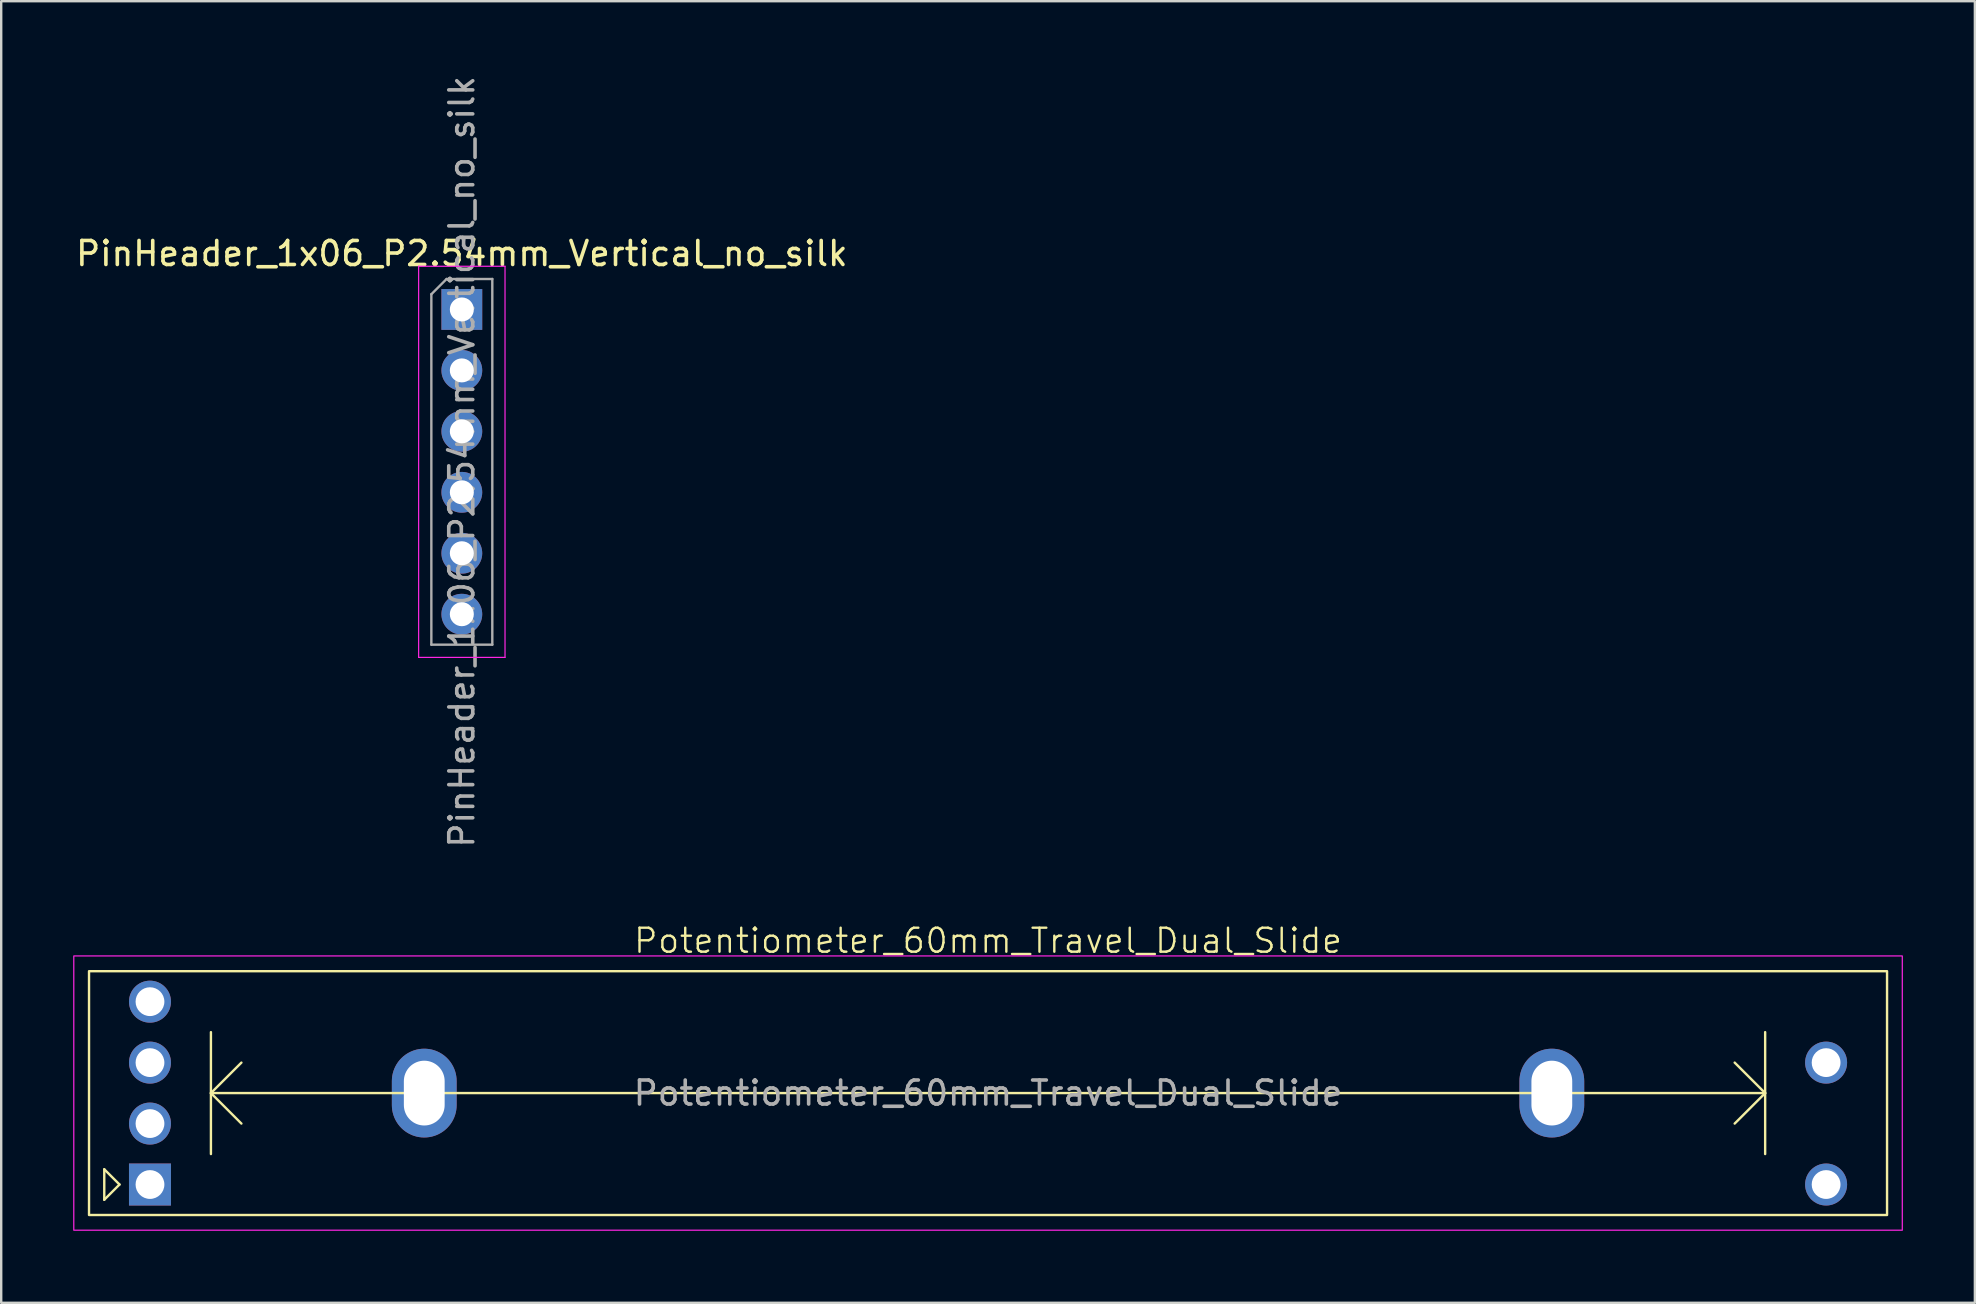
<source format=kicad_pcb>
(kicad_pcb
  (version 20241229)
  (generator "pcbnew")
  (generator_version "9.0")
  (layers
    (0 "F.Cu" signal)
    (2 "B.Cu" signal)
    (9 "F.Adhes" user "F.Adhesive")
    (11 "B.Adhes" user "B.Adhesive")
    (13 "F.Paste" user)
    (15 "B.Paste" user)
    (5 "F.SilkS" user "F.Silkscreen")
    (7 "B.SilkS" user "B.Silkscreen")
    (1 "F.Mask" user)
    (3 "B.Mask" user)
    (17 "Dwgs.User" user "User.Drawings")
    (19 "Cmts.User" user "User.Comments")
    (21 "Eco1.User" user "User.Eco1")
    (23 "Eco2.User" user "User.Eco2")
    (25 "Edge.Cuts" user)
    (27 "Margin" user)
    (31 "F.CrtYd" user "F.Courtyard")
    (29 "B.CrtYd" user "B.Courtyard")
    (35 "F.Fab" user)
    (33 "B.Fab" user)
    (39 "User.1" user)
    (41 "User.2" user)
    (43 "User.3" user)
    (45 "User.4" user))
  (footprint "Potentiometer_60mm_Travel_Dual_Slide"
    (layer "F.Cu")
    (at 38.125 42.503)
    (property "Reference" "Potentiometer_60mm_Travel_Dual_Slide" (at 0 -6.35 0) (unlocked yes) (layer "F.SilkS") (effects (font (size 1 1) (thickness 0.1))))
    (attr through_hole)
    (fp_line (start -36.83 3.175) (end -36.83 4.445) (stroke (width 0.1) (type default)) (layer "F.SilkS"))
    (fp_line (start -36.83 4.445) (end -36.195 3.81) (stroke (width 0.1) (type default)) (layer "F.SilkS"))
    (fp_line (start -36.195 3.81) (end -36.83 3.175) (stroke (width 0.1) (type default)) (layer "F.SilkS"))
    (fp_line (start -32.385 -2.54) (end -32.385 2.54) (stroke (width 0.1) (type default)) (layer "F.SilkS"))
    (fp_line (start -32.385 0) (end -31.115 -1.27) (stroke (width 0.1) (type default)) (layer "F.SilkS"))
    (fp_line (start -32.385 0) (end -31.115 1.27) (stroke (width 0.1) (type default)) (layer "F.SilkS"))
    (fp_line (start 32.385 -2.54) (end 32.385 2.54) (stroke (width 0.1) (type default)) (layer "F.SilkS"))
    (fp_line (start 32.385 0) (end -32.385 0) (stroke (width 0.1) (type default)) (layer "F.SilkS"))
    (fp_line (start 32.385 0) (end 31.115 -1.27) (stroke (width 0.1) (type default)) (layer "F.SilkS"))
    (fp_line (start 32.385 0) (end 31.115 1.27) (stroke (width 0.1) (type default)) (layer "F.SilkS"))
    (fp_rect (start -37.465 -5.08) (end 37.465 5.08) (stroke (width 0.1) (type default)) (fill no) (layer "F.SilkS"))
    (fp_rect (start -38.1 -5.715) (end 38.1 5.715) (stroke (width 0.05) (type default)) (fill no) (layer "F.CrtYd"))
    (fp_text user "${REFERENCE}" (at 0 0 0) (unlocked yes) (layer "F.Fab") (effects (font (size 1 1) (thickness 0.15))))
    (pad "1" thru_hole rect (at -34.925 3.81) (size 1.75 1.75) (drill 1.2) (layers "*.Cu" "*.Mask"))
    (pad "2" thru_hole oval (at -34.925 1.27) (size 1.75 1.75) (drill 1.2) (layers "*.Cu" "*.Mask"))
    (pad "3" thru_hole oval (at 34.925 3.81) (size 1.75 1.75) (drill 1.2) (layers "*.Cu" "*.Mask"))
    (pad "4" thru_hole oval (at -34.925 -1.27) (size 1.75 1.75) (drill 1.2) (layers "*.Cu" "*.Mask"))
    (pad "5" thru_hole oval (at -34.925 -3.81) (size 1.75 1.75) (drill 1.2) (layers "*.Cu" "*.Mask"))
    (pad "6" thru_hole oval (at 34.925 -1.27) (size 1.75 1.75) (drill 1.2) (layers "*.Cu" "*.Mask"))
    (pad "MP" thru_hole oval (at -23.495 0) (size 2.7 3.7) (drill oval 1.7 2.7) (layers "*.Cu" "*.Mask"))
    (pad "MP" thru_hole oval (at 23.495 0) (size 2.7 3.7) (drill oval 1.7 2.7) (layers "*.Cu" "*.Mask")))
  (footprint "PinHeader_1x06_P2.54mm_Vertical_no_silk"
    (layer "F.Cu")
    (at 16.196 9.846)
    (property "Reference" "PinHeader_1x06_P2.54mm_Vertical_no_silk" (at 0 -2.33 180) (layer "F.SilkS") (effects (font (size 1 1) (thickness 0.15))))
    (attr through_hole)
    (fp_line (start -1.8 -1.8) (end -1.8 14.5) (stroke (width 0.05) (type solid)) (layer "F.CrtYd"))
    (fp_line (start -1.8 14.5) (end 1.8 14.5) (stroke (width 0.05) (type solid)) (layer "F.CrtYd"))
    (fp_line (start 1.8 -1.8) (end -1.8 -1.8) (stroke (width 0.05) (type solid)) (layer "F.CrtYd"))
    (fp_line (start 1.8 14.5) (end 1.8 -1.8) (stroke (width 0.05) (type solid)) (layer "F.CrtYd"))
    (fp_line (start -1.27 -0.635) (end -0.635 -1.27) (stroke (width 0.1) (type solid)) (layer "F.Fab"))
    (fp_line (start -1.27 13.97) (end -1.27 -0.635) (stroke (width 0.1) (type solid)) (layer "F.Fab"))
    (fp_line (start -0.635 -1.27) (end 1.27 -1.27) (stroke (width 0.1) (type solid)) (layer "F.Fab"))
    (fp_line (start 1.27 -1.27) (end 1.27 13.97) (stroke (width 0.1) (type solid)) (layer "F.Fab"))
    (fp_line (start 1.27 13.97) (end -1.27 13.97) (stroke (width 0.1) (type solid)) (layer "F.Fab"))
    (fp_text user "${REFERENCE}" (at 0 6.35 90) (layer "F.Fab") (effects (font (size 1 1) (thickness 0.15))))
    (pad "1" thru_hole rect (at 0 0) (size 1.7 1.7) (drill 1) (layers "*.Cu" "*.Mask"))
    (pad "2" thru_hole oval (at 0 2.54) (size 1.7 1.7) (drill 1) (layers "*.Cu" "*.Mask"))
    (pad "3" thru_hole oval (at 0 5.08) (size 1.7 1.7) (drill 1) (layers "*.Cu" "*.Mask"))
    (pad "4" thru_hole oval (at 0 7.62) (size 1.7 1.7) (drill 1) (layers "*.Cu" "*.Mask"))
    (pad "5" thru_hole oval (at 0 10.16) (size 1.7 1.7) (drill 1) (layers "*.Cu" "*.Mask"))
    (pad "6" thru_hole oval (at 0 12.7) (size 1.7 1.7) (drill 1) (layers "*.Cu" "*.Mask")))
  (gr_rect
    (start -3 -3)
    (end 79.25 51.243)
    (stroke (width 0.1) (type default))
    (fill no)
    (layer "Edge.Cuts")))
</source>
